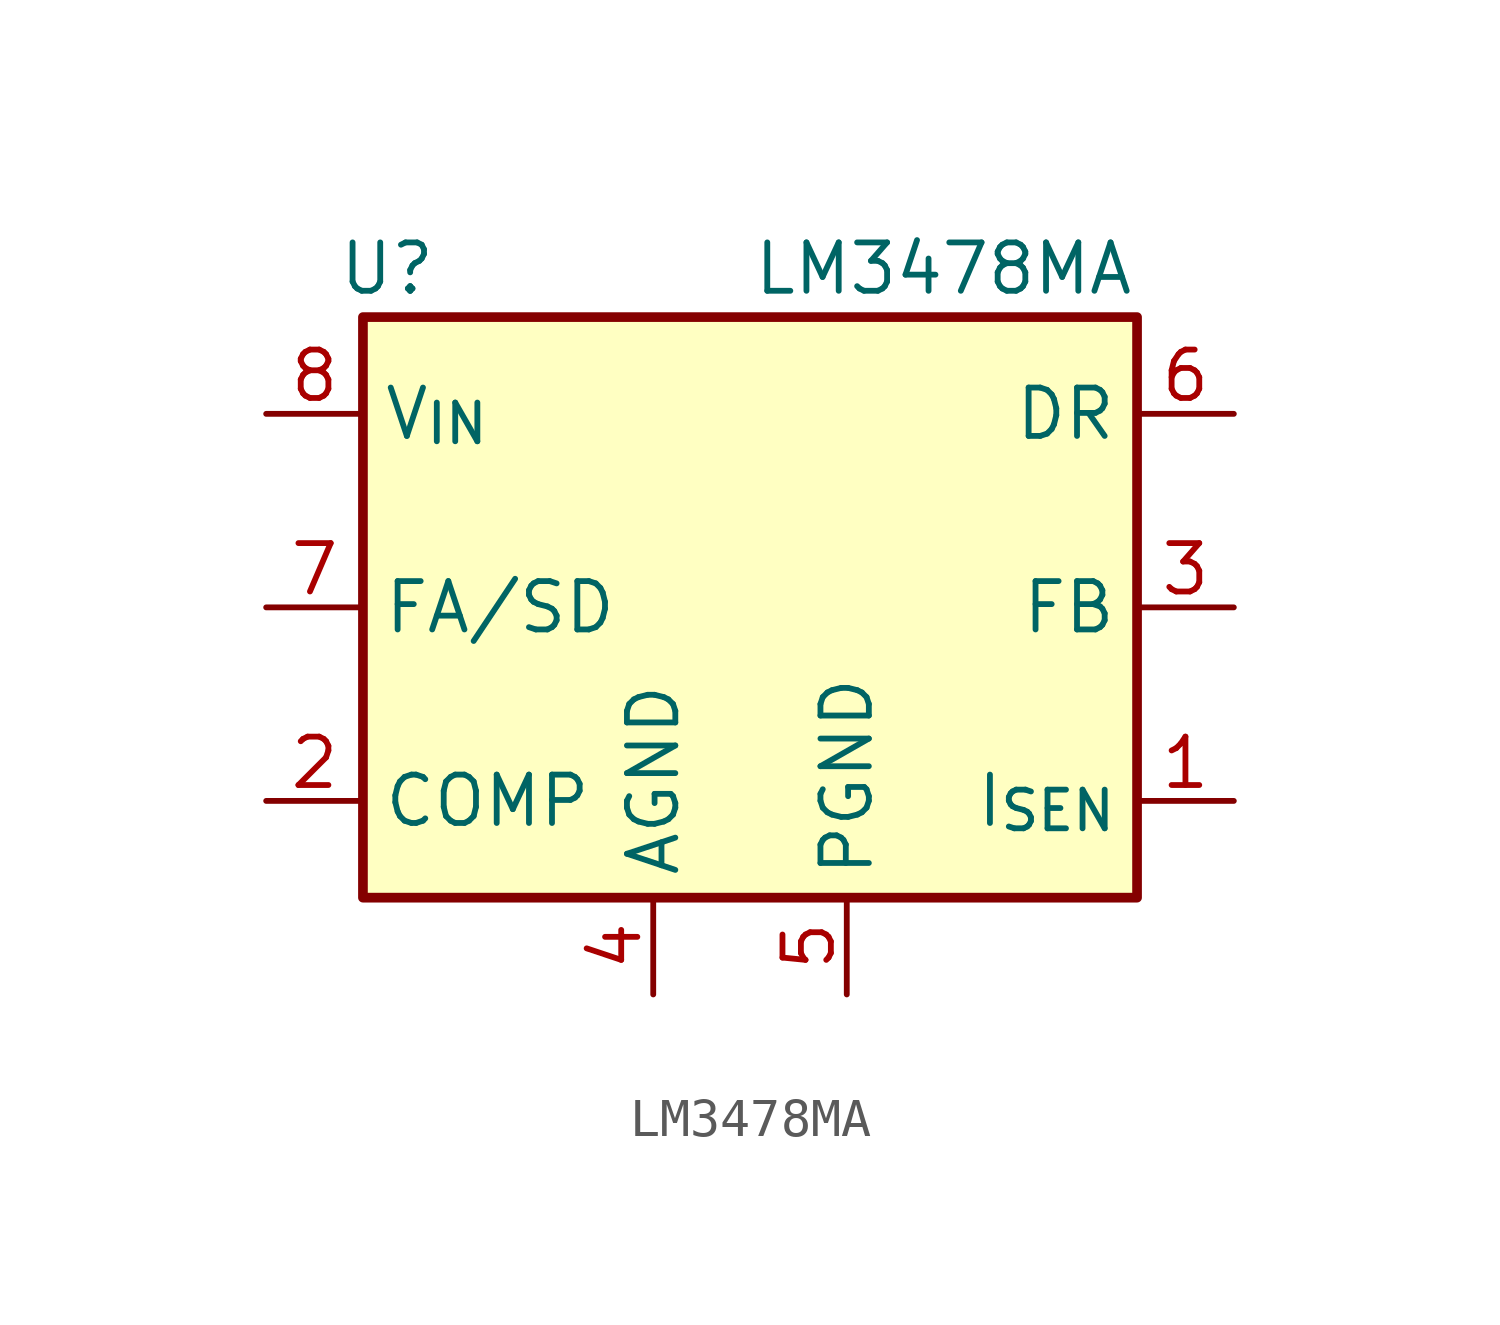
<source format=kicad_sym>
(kicad_symbol_lib
  (version 20211014)
  (generator kicad_symbol_editor)
  (symbol "LM3478MA"
    (property "Reference" "U"
      (at -9.525 8.89 0)
      (effects (font (size 1.27 1.27))))
    (property "Value" "LM3478MA"
      (at 5.08 8.89 0)
      (effects (font (size 1.27 1.27))))
    (symbol "LM3478MA_0_1"
      (rectangle (start -10.16 7.62) (end 10.16 -7.62) (stroke (width 0.254) (type default) (color 0 0 0 0)) (fill (type background))))
    (symbol "LM3478MA_1_1"
      (pin input line (at 12.7 -5.08 180) (length 2.54) (name "I_{SEN}" (effects (font (size 1.27 1.27)))) (number "1" (effects (font (size 1.27 1.27)))))
      (pin input line (at -12.7 -5.08 0) (length 2.54) (name "COMP" (effects (font (size 1.27 1.27)))) (number "2" (effects (font (size 1.27 1.27)))))
      (pin input line (at 12.7 0 180) (length 2.54) (name "FB" (effects (font (size 1.27 1.27)))) (number "3" (effects (font (size 1.27 1.27)))))
      (pin power_in line (at -2.54 -10.16 90) (length 2.54) (name "AGND" (effects (font (size 1.27 1.27)))) (number "4" (effects (font (size 1.27 1.27)))))
      (pin power_in line (at 2.54 -10.16 90) (length 2.54) (name "PGND" (effects (font (size 1.27 1.27)))) (number "5" (effects (font (size 1.27 1.27)))))
      (pin output line (at 12.7 5.08 180) (length 2.54) (name "DR" (effects (font (size 1.27 1.27)))) (number "6" (effects (font (size 1.27 1.27)))))
      (pin input line (at -12.7 0 0) (length 2.54) (name "FA/SD" (effects (font (size 1.27 1.27)))) (number "7" (effects (font (size 1.27 1.27)))))
      (pin power_in line (at -12.7 5.08 0) (length 2.54) (name "V_{IN}" (effects (font (size 1.27 1.27)))) (number "8" (effects (font (size 1.27 1.27))))))))
</source>
